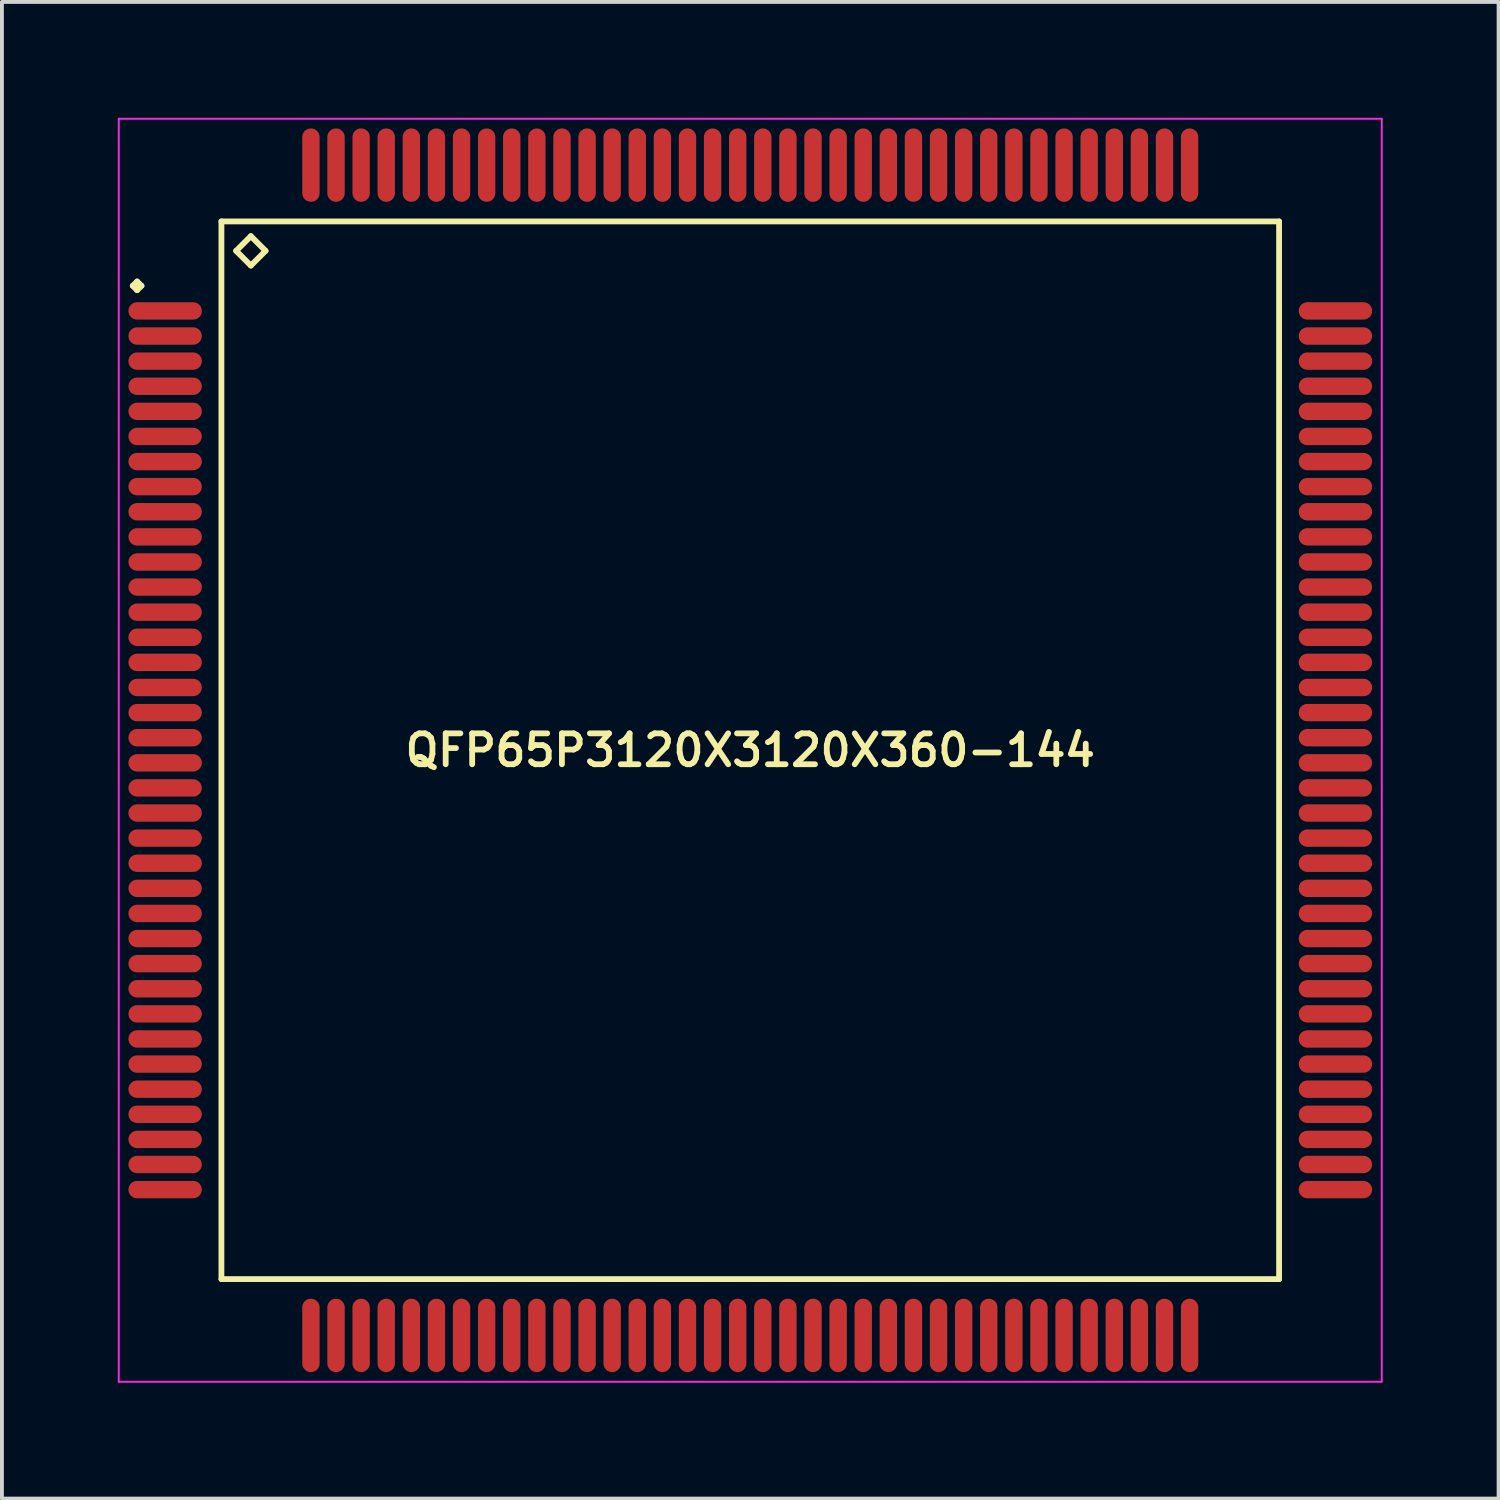
<source format=kicad_pcb>
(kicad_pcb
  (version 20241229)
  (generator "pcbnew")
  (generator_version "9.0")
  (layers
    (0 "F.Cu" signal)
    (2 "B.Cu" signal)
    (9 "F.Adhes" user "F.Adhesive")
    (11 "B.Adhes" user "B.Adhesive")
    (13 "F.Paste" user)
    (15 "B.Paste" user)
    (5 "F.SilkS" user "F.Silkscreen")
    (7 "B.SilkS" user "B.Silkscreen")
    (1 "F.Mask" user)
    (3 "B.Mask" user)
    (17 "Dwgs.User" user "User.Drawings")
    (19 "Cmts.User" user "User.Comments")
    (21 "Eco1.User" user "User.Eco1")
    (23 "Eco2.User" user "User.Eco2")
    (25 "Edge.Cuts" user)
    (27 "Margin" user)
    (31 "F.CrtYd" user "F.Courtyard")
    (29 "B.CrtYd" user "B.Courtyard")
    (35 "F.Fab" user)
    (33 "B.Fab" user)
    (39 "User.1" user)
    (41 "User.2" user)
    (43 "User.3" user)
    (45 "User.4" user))
  (footprint "QFP65P3120X3120X360-144"
    (layer "F.Cu")
    (at 16.375 16.375)
    (property "Reference" "QFP65P3120X3120X360-144" (at 0 0 0) (layer "F.SilkS") (effects (font (size 0.8 0.8) (thickness 0.15))))
    (attr smd)
    (fp_line (start -15.988 -12.025) (end -15.875 -12.137) (stroke (width 0.15) (type solid)) (layer "F.SilkS"))
    (fp_line (start -15.875 -12.137) (end -15.762 -12.025) (stroke (width 0.15) (type solid)) (layer "F.SilkS"))
    (fp_line (start -15.875 -11.912) (end -15.988 -12.025) (stroke (width 0.15) (type solid)) (layer "F.SilkS"))
    (fp_line (start -15.762 -12.025) (end -15.875 -11.912) (stroke (width 0.15) (type solid)) (layer "F.SilkS"))
    (fp_line (start -13.692 -13.692) (end -13.692 13.692) (stroke (width 0.15) (type solid)) (layer "F.SilkS"))
    (fp_line (start -13.692 13.692) (end 13.692 13.692) (stroke (width 0.15) (type solid)) (layer "F.SilkS"))
    (fp_line (start -13.311 -12.93) (end -12.93 -13.311) (stroke (width 0.15) (type solid)) (layer "F.SilkS"))
    (fp_line (start -12.93 -13.311) (end -12.549 -12.93) (stroke (width 0.15) (type solid)) (layer "F.SilkS"))
    (fp_line (start -12.93 -12.549) (end -13.311 -12.93) (stroke (width 0.15) (type solid)) (layer "F.SilkS"))
    (fp_line (start -12.549 -12.93) (end -12.93 -12.549) (stroke (width 0.15) (type solid)) (layer "F.SilkS"))
    (fp_line (start 13.692 -13.692) (end -13.692 -13.692) (stroke (width 0.15) (type solid)) (layer "F.SilkS"))
    (fp_line (start 13.692 13.692) (end 13.692 -13.692) (stroke (width 0.15) (type solid)) (layer "F.SilkS"))
    (fp_line (start -16.35 -16.35) (end 16.35 -16.35) (stroke (width 0.05) (type solid)) (layer "F.CrtYd"))
    (fp_line (start -16.35 16.35) (end -16.35 -16.35) (stroke (width 0.05) (type solid)) (layer "F.CrtYd"))
    (fp_line (start 16.35 -16.35) (end 16.35 16.35) (stroke (width 0.05) (type solid)) (layer "F.CrtYd"))
    (fp_line (start 16.35 16.35) (end -16.35 16.35) (stroke (width 0.05) (type solid)) (layer "F.CrtYd"))
    (pad "1" smd oval (at -15.15 -11.375) (size 1.9 0.45) (layers "F.Cu" "F.Mask" "F.Paste"))
    (pad "2" smd oval (at -15.15 -10.725) (size 1.9 0.45) (layers "F.Cu" "F.Mask" "F.Paste"))
    (pad "3" smd oval (at -15.15 -10.075) (size 1.9 0.45) (layers "F.Cu" "F.Mask" "F.Paste"))
    (pad "4" smd oval (at -15.15 -9.425) (size 1.9 0.45) (layers "F.Cu" "F.Mask" "F.Paste"))
    (pad "5" smd oval (at -15.15 -8.775) (size 1.9 0.45) (layers "F.Cu" "F.Mask" "F.Paste"))
    (pad "6" smd oval (at -15.15 -8.125) (size 1.9 0.45) (layers "F.Cu" "F.Mask" "F.Paste"))
    (pad "7" smd oval (at -15.15 -7.475) (size 1.9 0.45) (layers "F.Cu" "F.Mask" "F.Paste"))
    (pad "8" smd oval (at -15.15 -6.825) (size 1.9 0.45) (layers "F.Cu" "F.Mask" "F.Paste"))
    (pad "9" smd oval (at -15.15 -6.175) (size 1.9 0.45) (layers "F.Cu" "F.Mask" "F.Paste"))
    (pad "10" smd oval (at -15.15 -5.525) (size 1.9 0.45) (layers "F.Cu" "F.Mask" "F.Paste"))
    (pad "11" smd oval (at -15.15 -4.875) (size 1.9 0.45) (layers "F.Cu" "F.Mask" "F.Paste"))
    (pad "12" smd oval (at -15.15 -4.225) (size 1.9 0.45) (layers "F.Cu" "F.Mask" "F.Paste"))
    (pad "13" smd oval (at -15.15 -3.575) (size 1.9 0.45) (layers "F.Cu" "F.Mask" "F.Paste"))
    (pad "14" smd oval (at -15.15 -2.925) (size 1.9 0.45) (layers "F.Cu" "F.Mask" "F.Paste"))
    (pad "15" smd oval (at -15.15 -2.275) (size 1.9 0.45) (layers "F.Cu" "F.Mask" "F.Paste"))
    (pad "16" smd oval (at -15.15 -1.625) (size 1.9 0.45) (layers "F.Cu" "F.Mask" "F.Paste"))
    (pad "17" smd oval (at -15.15 -0.975) (size 1.9 0.45) (layers "F.Cu" "F.Mask" "F.Paste"))
    (pad "18" smd oval (at -15.15 -0.325) (size 1.9 0.45) (layers "F.Cu" "F.Mask" "F.Paste"))
    (pad "19" smd oval (at -15.15 0.325) (size 1.9 0.45) (layers "F.Cu" "F.Mask" "F.Paste"))
    (pad "20" smd oval (at -15.15 0.975) (size 1.9 0.45) (layers "F.Cu" "F.Mask" "F.Paste"))
    (pad "21" smd oval (at -15.15 1.625) (size 1.9 0.45) (layers "F.Cu" "F.Mask" "F.Paste"))
    (pad "22" smd oval (at -15.15 2.275) (size 1.9 0.45) (layers "F.Cu" "F.Mask" "F.Paste"))
    (pad "23" smd oval (at -15.15 2.925) (size 1.9 0.45) (layers "F.Cu" "F.Mask" "F.Paste"))
    (pad "24" smd oval (at -15.15 3.575) (size 1.9 0.45) (layers "F.Cu" "F.Mask" "F.Paste"))
    (pad "25" smd oval (at -15.15 4.225) (size 1.9 0.45) (layers "F.Cu" "F.Mask" "F.Paste"))
    (pad "26" smd oval (at -15.15 4.875) (size 1.9 0.45) (layers "F.Cu" "F.Mask" "F.Paste"))
    (pad "27" smd oval (at -15.15 5.525) (size 1.9 0.45) (layers "F.Cu" "F.Mask" "F.Paste"))
    (pad "28" smd oval (at -15.15 6.175) (size 1.9 0.45) (layers "F.Cu" "F.Mask" "F.Paste"))
    (pad "29" smd oval (at -15.15 6.825) (size 1.9 0.45) (layers "F.Cu" "F.Mask" "F.Paste"))
    (pad "30" smd oval (at -15.15 7.475) (size 1.9 0.45) (layers "F.Cu" "F.Mask" "F.Paste"))
    (pad "31" smd oval (at -15.15 8.125) (size 1.9 0.45) (layers "F.Cu" "F.Mask" "F.Paste"))
    (pad "32" smd oval (at -15.15 8.775) (size 1.9 0.45) (layers "F.Cu" "F.Mask" "F.Paste"))
    (pad "33" smd oval (at -15.15 9.425) (size 1.9 0.45) (layers "F.Cu" "F.Mask" "F.Paste"))
    (pad "34" smd oval (at -15.15 10.075) (size 1.9 0.45) (layers "F.Cu" "F.Mask" "F.Paste"))
    (pad "35" smd oval (at -15.15 10.725) (size 1.9 0.45) (layers "F.Cu" "F.Mask" "F.Paste"))
    (pad "36" smd oval (at -15.15 11.375) (size 1.9 0.45) (layers "F.Cu" "F.Mask" "F.Paste"))
    (pad "37" smd oval (at -11.375 15.15) (size 0.45 1.9) (layers "F.Cu" "F.Mask" "F.Paste"))
    (pad "38" smd oval (at -10.725 15.15) (size 0.45 1.9) (layers "F.Cu" "F.Mask" "F.Paste"))
    (pad "39" smd oval (at -10.075 15.15) (size 0.45 1.9) (layers "F.Cu" "F.Mask" "F.Paste"))
    (pad "40" smd oval (at -9.425 15.15) (size 0.45 1.9) (layers "F.Cu" "F.Mask" "F.Paste"))
    (pad "41" smd oval (at -8.775 15.15) (size 0.45 1.9) (layers "F.Cu" "F.Mask" "F.Paste"))
    (pad "42" smd oval (at -8.125 15.15) (size 0.45 1.9) (layers "F.Cu" "F.Mask" "F.Paste"))
    (pad "43" smd oval (at -7.475 15.15) (size 0.45 1.9) (layers "F.Cu" "F.Mask" "F.Paste"))
    (pad "44" smd oval (at -6.825 15.15) (size 0.45 1.9) (layers "F.Cu" "F.Mask" "F.Paste"))
    (pad "45" smd oval (at -6.175 15.15) (size 0.45 1.9) (layers "F.Cu" "F.Mask" "F.Paste"))
    (pad "46" smd oval (at -5.525 15.15) (size 0.45 1.9) (layers "F.Cu" "F.Mask" "F.Paste"))
    (pad "47" smd oval (at -4.875 15.15) (size 0.45 1.9) (layers "F.Cu" "F.Mask" "F.Paste"))
    (pad "48" smd oval (at -4.225 15.15) (size 0.45 1.9) (layers "F.Cu" "F.Mask" "F.Paste"))
    (pad "49" smd oval (at -3.575 15.15) (size 0.45 1.9) (layers "F.Cu" "F.Mask" "F.Paste"))
    (pad "50" smd oval (at -2.925 15.15) (size 0.45 1.9) (layers "F.Cu" "F.Mask" "F.Paste"))
    (pad "51" smd oval (at -2.275 15.15) (size 0.45 1.9) (layers "F.Cu" "F.Mask" "F.Paste"))
    (pad "52" smd oval (at -1.625 15.15) (size 0.45 1.9) (layers "F.Cu" "F.Mask" "F.Paste"))
    (pad "53" smd oval (at -0.975 15.15) (size 0.45 1.9) (layers "F.Cu" "F.Mask" "F.Paste"))
    (pad "54" smd oval (at -0.325 15.15) (size 0.45 1.9) (layers "F.Cu" "F.Mask" "F.Paste"))
    (pad "55" smd oval (at 0.325 15.15) (size 0.45 1.9) (layers "F.Cu" "F.Mask" "F.Paste"))
    (pad "56" smd oval (at 0.975 15.15) (size 0.45 1.9) (layers "F.Cu" "F.Mask" "F.Paste"))
    (pad "57" smd oval (at 1.625 15.15) (size 0.45 1.9) (layers "F.Cu" "F.Mask" "F.Paste"))
    (pad "58" smd oval (at 2.275 15.15) (size 0.45 1.9) (layers "F.Cu" "F.Mask" "F.Paste"))
    (pad "59" smd oval (at 2.925 15.15) (size 0.45 1.9) (layers "F.Cu" "F.Mask" "F.Paste"))
    (pad "60" smd oval (at 3.575 15.15) (size 0.45 1.9) (layers "F.Cu" "F.Mask" "F.Paste"))
    (pad "61" smd oval (at 4.225 15.15) (size 0.45 1.9) (layers "F.Cu" "F.Mask" "F.Paste"))
    (pad "62" smd oval (at 4.875 15.15) (size 0.45 1.9) (layers "F.Cu" "F.Mask" "F.Paste"))
    (pad "63" smd oval (at 5.525 15.15) (size 0.45 1.9) (layers "F.Cu" "F.Mask" "F.Paste"))
    (pad "64" smd oval (at 6.175 15.15) (size 0.45 1.9) (layers "F.Cu" "F.Mask" "F.Paste"))
    (pad "65" smd oval (at 6.825 15.15) (size 0.45 1.9) (layers "F.Cu" "F.Mask" "F.Paste"))
    (pad "66" smd oval (at 7.475 15.15) (size 0.45 1.9) (layers "F.Cu" "F.Mask" "F.Paste"))
    (pad "67" smd oval (at 8.125 15.15) (size 0.45 1.9) (layers "F.Cu" "F.Mask" "F.Paste"))
    (pad "68" smd oval (at 8.775 15.15) (size 0.45 1.9) (layers "F.Cu" "F.Mask" "F.Paste"))
    (pad "69" smd oval (at 9.425 15.15) (size 0.45 1.9) (layers "F.Cu" "F.Mask" "F.Paste"))
    (pad "70" smd oval (at 10.075 15.15) (size 0.45 1.9) (layers "F.Cu" "F.Mask" "F.Paste"))
    (pad "71" smd oval (at 10.725 15.15) (size 0.45 1.9) (layers "F.Cu" "F.Mask" "F.Paste"))
    (pad "72" smd oval (at 11.375 15.15) (size 0.45 1.9) (layers "F.Cu" "F.Mask" "F.Paste"))
    (pad "73" smd oval (at 15.15 11.375) (size 1.9 0.45) (layers "F.Cu" "F.Mask" "F.Paste"))
    (pad "74" smd oval (at 15.15 10.725) (size 1.9 0.45) (layers "F.Cu" "F.Mask" "F.Paste"))
    (pad "75" smd oval (at 15.15 10.075) (size 1.9 0.45) (layers "F.Cu" "F.Mask" "F.Paste"))
    (pad "76" smd oval (at 15.15 9.425) (size 1.9 0.45) (layers "F.Cu" "F.Mask" "F.Paste"))
    (pad "77" smd oval (at 15.15 8.775) (size 1.9 0.45) (layers "F.Cu" "F.Mask" "F.Paste"))
    (pad "78" smd oval (at 15.15 8.125) (size 1.9 0.45) (layers "F.Cu" "F.Mask" "F.Paste"))
    (pad "79" smd oval (at 15.15 7.475) (size 1.9 0.45) (layers "F.Cu" "F.Mask" "F.Paste"))
    (pad "80" smd oval (at 15.15 6.825) (size 1.9 0.45) (layers "F.Cu" "F.Mask" "F.Paste"))
    (pad "81" smd oval (at 15.15 6.175) (size 1.9 0.45) (layers "F.Cu" "F.Mask" "F.Paste"))
    (pad "82" smd oval (at 15.15 5.525) (size 1.9 0.45) (layers "F.Cu" "F.Mask" "F.Paste"))
    (pad "83" smd oval (at 15.15 4.875) (size 1.9 0.45) (layers "F.Cu" "F.Mask" "F.Paste"))
    (pad "84" smd oval (at 15.15 4.225) (size 1.9 0.45) (layers "F.Cu" "F.Mask" "F.Paste"))
    (pad "85" smd oval (at 15.15 3.575) (size 1.9 0.45) (layers "F.Cu" "F.Mask" "F.Paste"))
    (pad "86" smd oval (at 15.15 2.925) (size 1.9 0.45) (layers "F.Cu" "F.Mask" "F.Paste"))
    (pad "87" smd oval (at 15.15 2.275) (size 1.9 0.45) (layers "F.Cu" "F.Mask" "F.Paste"))
    (pad "88" smd oval (at 15.15 1.625) (size 1.9 0.45) (layers "F.Cu" "F.Mask" "F.Paste"))
    (pad "89" smd oval (at 15.15 0.975) (size 1.9 0.45) (layers "F.Cu" "F.Mask" "F.Paste"))
    (pad "90" smd oval (at 15.15 0.325) (size 1.9 0.45) (layers "F.Cu" "F.Mask" "F.Paste"))
    (pad "91" smd oval (at 15.15 -0.325) (size 1.9 0.45) (layers "F.Cu" "F.Mask" "F.Paste"))
    (pad "92" smd oval (at 15.15 -0.975) (size 1.9 0.45) (layers "F.Cu" "F.Mask" "F.Paste"))
    (pad "93" smd oval (at 15.15 -1.625) (size 1.9 0.45) (layers "F.Cu" "F.Mask" "F.Paste"))
    (pad "94" smd oval (at 15.15 -2.275) (size 1.9 0.45) (layers "F.Cu" "F.Mask" "F.Paste"))
    (pad "95" smd oval (at 15.15 -2.925) (size 1.9 0.45) (layers "F.Cu" "F.Mask" "F.Paste"))
    (pad "96" smd oval (at 15.15 -3.575) (size 1.9 0.45) (layers "F.Cu" "F.Mask" "F.Paste"))
    (pad "97" smd oval (at 15.15 -4.225) (size 1.9 0.45) (layers "F.Cu" "F.Mask" "F.Paste"))
    (pad "98" smd oval (at 15.15 -4.875) (size 1.9 0.45) (layers "F.Cu" "F.Mask" "F.Paste"))
    (pad "99" smd oval (at 15.15 -5.525) (size 1.9 0.45) (layers "F.Cu" "F.Mask" "F.Paste"))
    (pad "100" smd oval (at 15.15 -6.175) (size 1.9 0.45) (layers "F.Cu" "F.Mask" "F.Paste"))
    (pad "101" smd oval (at 15.15 -6.825) (size 1.9 0.45) (layers "F.Cu" "F.Mask" "F.Paste"))
    (pad "102" smd oval (at 15.15 -7.475) (size 1.9 0.45) (layers "F.Cu" "F.Mask" "F.Paste"))
    (pad "103" smd oval (at 15.15 -8.125) (size 1.9 0.45) (layers "F.Cu" "F.Mask" "F.Paste"))
    (pad "104" smd oval (at 15.15 -8.775) (size 1.9 0.45) (layers "F.Cu" "F.Mask" "F.Paste"))
    (pad "105" smd oval (at 15.15 -9.425) (size 1.9 0.45) (layers "F.Cu" "F.Mask" "F.Paste"))
    (pad "106" smd oval (at 15.15 -10.075) (size 1.9 0.45) (layers "F.Cu" "F.Mask" "F.Paste"))
    (pad "107" smd oval (at 15.15 -10.725) (size 1.9 0.45) (layers "F.Cu" "F.Mask" "F.Paste"))
    (pad "108" smd oval (at 15.15 -11.375) (size 1.9 0.45) (layers "F.Cu" "F.Mask" "F.Paste"))
    (pad "109" smd oval (at 11.375 -15.15) (size 0.45 1.9) (layers "F.Cu" "F.Mask" "F.Paste"))
    (pad "110" smd oval (at 10.725 -15.15) (size 0.45 1.9) (layers "F.Cu" "F.Mask" "F.Paste"))
    (pad "111" smd oval (at 10.075 -15.15) (size 0.45 1.9) (layers "F.Cu" "F.Mask" "F.Paste"))
    (pad "112" smd oval (at 9.425 -15.15) (size 0.45 1.9) (layers "F.Cu" "F.Mask" "F.Paste"))
    (pad "113" smd oval (at 8.775 -15.15) (size 0.45 1.9) (layers "F.Cu" "F.Mask" "F.Paste"))
    (pad "114" smd oval (at 8.125 -15.15) (size 0.45 1.9) (layers "F.Cu" "F.Mask" "F.Paste"))
    (pad "115" smd oval (at 7.475 -15.15) (size 0.45 1.9) (layers "F.Cu" "F.Mask" "F.Paste"))
    (pad "116" smd oval (at 6.825 -15.15) (size 0.45 1.9) (layers "F.Cu" "F.Mask" "F.Paste"))
    (pad "117" smd oval (at 6.175 -15.15) (size 0.45 1.9) (layers "F.Cu" "F.Mask" "F.Paste"))
    (pad "118" smd oval (at 5.525 -15.15) (size 0.45 1.9) (layers "F.Cu" "F.Mask" "F.Paste"))
    (pad "119" smd oval (at 4.875 -15.15) (size 0.45 1.9) (layers "F.Cu" "F.Mask" "F.Paste"))
    (pad "120" smd oval (at 4.225 -15.15) (size 0.45 1.9) (layers "F.Cu" "F.Mask" "F.Paste"))
    (pad "121" smd oval (at 3.575 -15.15) (size 0.45 1.9) (layers "F.Cu" "F.Mask" "F.Paste"))
    (pad "122" smd oval (at 2.925 -15.15) (size 0.45 1.9) (layers "F.Cu" "F.Mask" "F.Paste"))
    (pad "123" smd oval (at 2.275 -15.15) (size 0.45 1.9) (layers "F.Cu" "F.Mask" "F.Paste"))
    (pad "124" smd oval (at 1.625 -15.15) (size 0.45 1.9) (layers "F.Cu" "F.Mask" "F.Paste"))
    (pad "125" smd oval (at 0.975 -15.15) (size 0.45 1.9) (layers "F.Cu" "F.Mask" "F.Paste"))
    (pad "126" smd oval (at 0.325 -15.15) (size 0.45 1.9) (layers "F.Cu" "F.Mask" "F.Paste"))
    (pad "127" smd oval (at -0.325 -15.15) (size 0.45 1.9) (layers "F.Cu" "F.Mask" "F.Paste"))
    (pad "128" smd oval (at -0.975 -15.15) (size 0.45 1.9) (layers "F.Cu" "F.Mask" "F.Paste"))
    (pad "129" smd oval (at -1.625 -15.15) (size 0.45 1.9) (layers "F.Cu" "F.Mask" "F.Paste"))
    (pad "130" smd oval (at -2.275 -15.15) (size 0.45 1.9) (layers "F.Cu" "F.Mask" "F.Paste"))
    (pad "131" smd oval (at -2.925 -15.15) (size 0.45 1.9) (layers "F.Cu" "F.Mask" "F.Paste"))
    (pad "132" smd oval (at -3.575 -15.15) (size 0.45 1.9) (layers "F.Cu" "F.Mask" "F.Paste"))
    (pad "133" smd oval (at -4.225 -15.15) (size 0.45 1.9) (layers "F.Cu" "F.Mask" "F.Paste"))
    (pad "134" smd oval (at -4.875 -15.15) (size 0.45 1.9) (layers "F.Cu" "F.Mask" "F.Paste"))
    (pad "135" smd oval (at -5.525 -15.15) (size 0.45 1.9) (layers "F.Cu" "F.Mask" "F.Paste"))
    (pad "136" smd oval (at -6.175 -15.15) (size 0.45 1.9) (layers "F.Cu" "F.Mask" "F.Paste"))
    (pad "137" smd oval (at -6.825 -15.15) (size 0.45 1.9) (layers "F.Cu" "F.Mask" "F.Paste"))
    (pad "138" smd oval (at -7.475 -15.15) (size 0.45 1.9) (layers "F.Cu" "F.Mask" "F.Paste"))
    (pad "139" smd oval (at -8.125 -15.15) (size 0.45 1.9) (layers "F.Cu" "F.Mask" "F.Paste"))
    (pad "140" smd oval (at -8.775 -15.15) (size 0.45 1.9) (layers "F.Cu" "F.Mask" "F.Paste"))
    (pad "141" smd oval (at -9.425 -15.15) (size 0.45 1.9) (layers "F.Cu" "F.Mask" "F.Paste"))
    (pad "142" smd oval (at -10.075 -15.15) (size 0.45 1.9) (layers "F.Cu" "F.Mask" "F.Paste"))
    (pad "143" smd oval (at -10.725 -15.15) (size 0.45 1.9) (layers "F.Cu" "F.Mask" "F.Paste"))
    (pad "144" smd oval (at -11.375 -15.15) (size 0.45 1.9) (layers "F.Cu" "F.Mask" "F.Paste")))
  (gr_rect
    (start -3 -3)
    (end 35.75 35.75)
    (stroke (width 0.1) (type default))
    (fill no)
    (layer "Edge.Cuts")))
</source>
